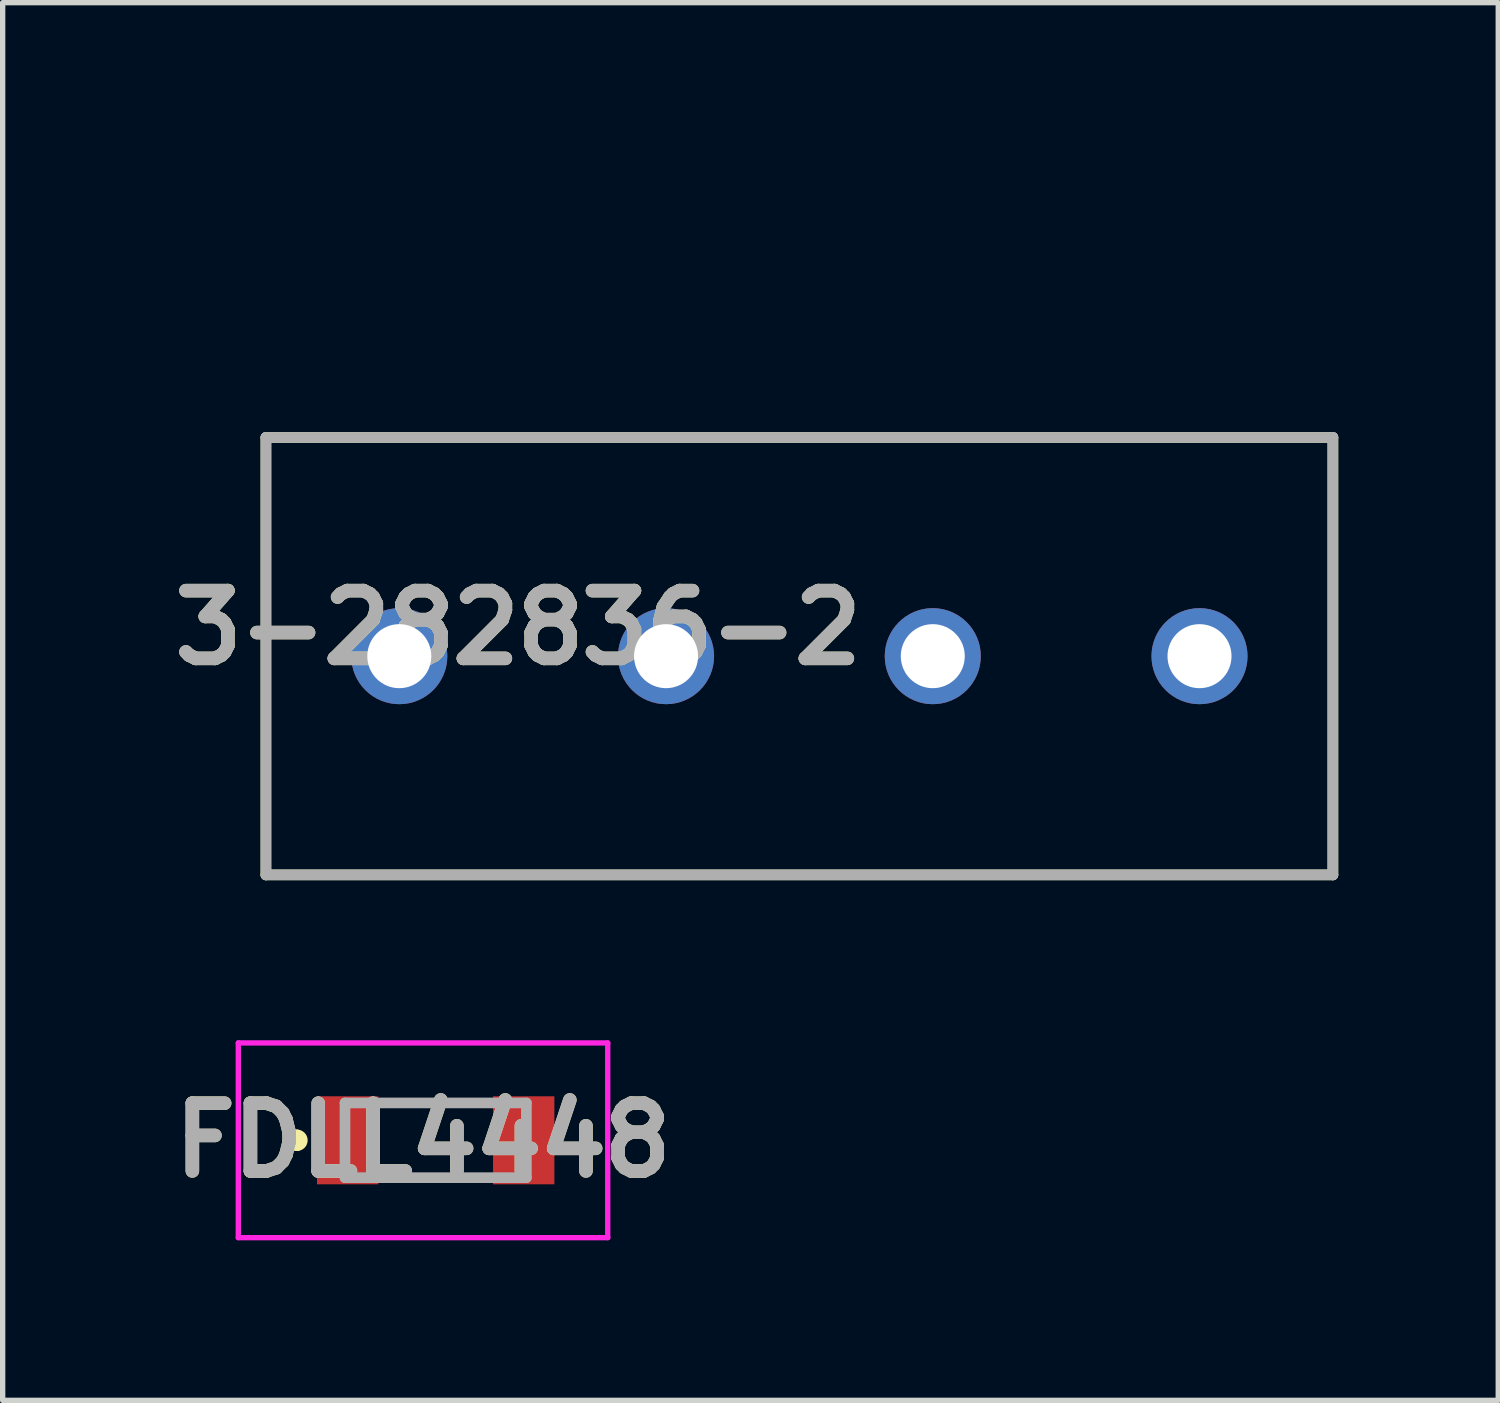
<source format=kicad_pcb>
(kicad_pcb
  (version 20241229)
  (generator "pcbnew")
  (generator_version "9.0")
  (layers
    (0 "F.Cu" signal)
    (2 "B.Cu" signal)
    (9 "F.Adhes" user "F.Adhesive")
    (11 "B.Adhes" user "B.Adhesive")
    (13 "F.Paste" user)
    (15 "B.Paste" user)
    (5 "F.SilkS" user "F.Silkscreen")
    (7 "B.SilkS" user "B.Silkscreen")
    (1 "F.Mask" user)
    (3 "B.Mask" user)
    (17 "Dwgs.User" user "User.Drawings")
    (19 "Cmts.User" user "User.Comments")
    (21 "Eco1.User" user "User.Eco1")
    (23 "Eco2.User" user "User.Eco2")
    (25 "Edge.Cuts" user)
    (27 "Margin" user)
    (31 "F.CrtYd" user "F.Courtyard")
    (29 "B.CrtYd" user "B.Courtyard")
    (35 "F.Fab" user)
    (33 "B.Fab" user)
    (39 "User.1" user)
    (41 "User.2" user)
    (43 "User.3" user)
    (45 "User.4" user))
  (footprint "FDLL4448"
    (layer "F.Cu")
    (at 5.117 18.325)
    (property "Reference" "FDLL4448" (at -0.237 0 0) (layer "F.SilkS") (effects (font (size 1.27 1.27) (thickness 0.254))))
    (attr smd)
    (fp_line (start -2.6 -0.1) (end -2.6 -0.1) (stroke (width 0.2) (type solid)) (layer "F.SilkS"))
    (fp_line (start -2.6 0.1) (end -2.6 0.1) (stroke (width 0.2) (type solid)) (layer "F.SilkS"))
    (fp_line (start -0.9 -0.7) (end 0.9 -0.7) (stroke (width 0.1) (type solid)) (layer "F.SilkS"))
    (fp_line (start -0.9 0.7) (end 0.9 0.7) (stroke (width 0.1) (type solid)) (layer "F.SilkS"))
    (fp_arc (start -2.6 -0.1) (mid -2.5 0) (end -2.6 0.1) (stroke (width 0.2) (type solid)) (layer "F.SilkS"))
    (fp_arc (start -2.6 0.1) (mid -2.7 0) (end -2.6 -0.1) (stroke (width 0.2) (type solid)) (layer "F.SilkS"))
    (fp_line (start -3.7 -1.825) (end 3.225 -1.825) (stroke (width 0.1) (type solid)) (layer "F.CrtYd"))
    (fp_line (start -3.7 1.825) (end -3.7 -1.825) (stroke (width 0.1) (type solid)) (layer "F.CrtYd"))
    (fp_line (start 3.225 -1.825) (end 3.225 1.825) (stroke (width 0.1) (type solid)) (layer "F.CrtYd"))
    (fp_line (start 3.225 1.825) (end -3.7 1.825) (stroke (width 0.1) (type solid)) (layer "F.CrtYd"))
    (fp_line (start -1.7 -0.7) (end 1.7 -0.7) (stroke (width 0.2) (type solid)) (layer "F.Fab"))
    (fp_line (start -1.7 0.7) (end -1.7 -0.7) (stroke (width 0.2) (type solid)) (layer "F.Fab"))
    (fp_line (start 1.7 -0.7) (end 1.7 0.7) (stroke (width 0.2) (type solid)) (layer "F.Fab"))
    (fp_line (start 1.7 0.7) (end -1.7 0.7) (stroke (width 0.2) (type solid)) (layer "F.Fab"))
    (fp_text user "${REFERENCE}" (at -0.237 0 0) (layer "F.Fab") (effects (font (size 1.27 1.27) (thickness 0.254))))
    (pad "1" smd rect (at -1.65 0) (size 1.15 1.65) (layers "F.Cu" "F.Mask" "F.Paste"))
    (pad "2" smd rect (at 1.65 0) (size 1.15 1.65) (layers "F.Cu" "F.Mask" "F.Paste")))
  (footprint "3-282836-2"
    (layer "F.Cu")
    (at 19.935 0.25)
    (property "Reference" "3-282836-2" (at -13.27 8.467 0) (layer "F.SilkS") (effects (font (size 1.27 1.27) (thickness 0.254))))
    (attr through_hole)
    (fp_line (start -18 4.9) (end 2 4.9) (stroke (width 0.2) (type solid)) (layer "F.SilkS"))
    (fp_line (start -18 13.1) (end -18 4.9) (stroke (width 0.2) (type solid)) (layer "F.SilkS"))
    (fp_line (start 2 4.9) (end 2 13.1) (stroke (width 0.2) (type solid)) (layer "F.SilkS"))
    (fp_line (start 2 13.1) (end -18 13.1) (stroke (width 0.2) (type solid)) (layer "F.SilkS"))
    (fp_line (start -18 4.9) (end 2 4.9) (stroke (width 0.2) (type solid)) (layer "F.Fab"))
    (fp_line (start -18 13.1) (end -18 4.9) (stroke (width 0.2) (type solid)) (layer "F.Fab"))
    (fp_line (start 2 4.9) (end 2 13.1) (stroke (width 0.2) (type solid)) (layer "F.Fab"))
    (fp_line (start 2 13.1) (end -18 13.1) (stroke (width 0.2) (type solid)) (layer "F.Fab"))
    (fp_text user "${REFERENCE}" (at -13.27 8.467 0) (layer "F.Fab") (effects (font (size 1.27 1.27) (thickness 0.254))))
    (pad "1" thru_hole circle (at -15.5 9) (size 1.8 1.8) (drill 1.2) (layers "*.Cu" "*.Mask"))
    (pad "2" thru_hole circle (at -10.5 9) (size 1.8 1.8) (drill 1.2) (layers "*.Cu" "*.Mask"))
    (pad "3" thru_hole circle (at -5.5 9) (size 1.8 1.8) (drill 1.2) (layers "*.Cu" "*.Mask"))
    (pad "4" thru_hole circle (at -0.5 9) (size 1.8 1.8) (drill 1.2) (layers "*.Cu" "*.Mask")))
  (gr_rect
    (start -3 -3)
    (end 25.035 23.2)
    (stroke (width 0.1) (type default))
    (fill no)
    (layer "Edge.Cuts")))
</source>
